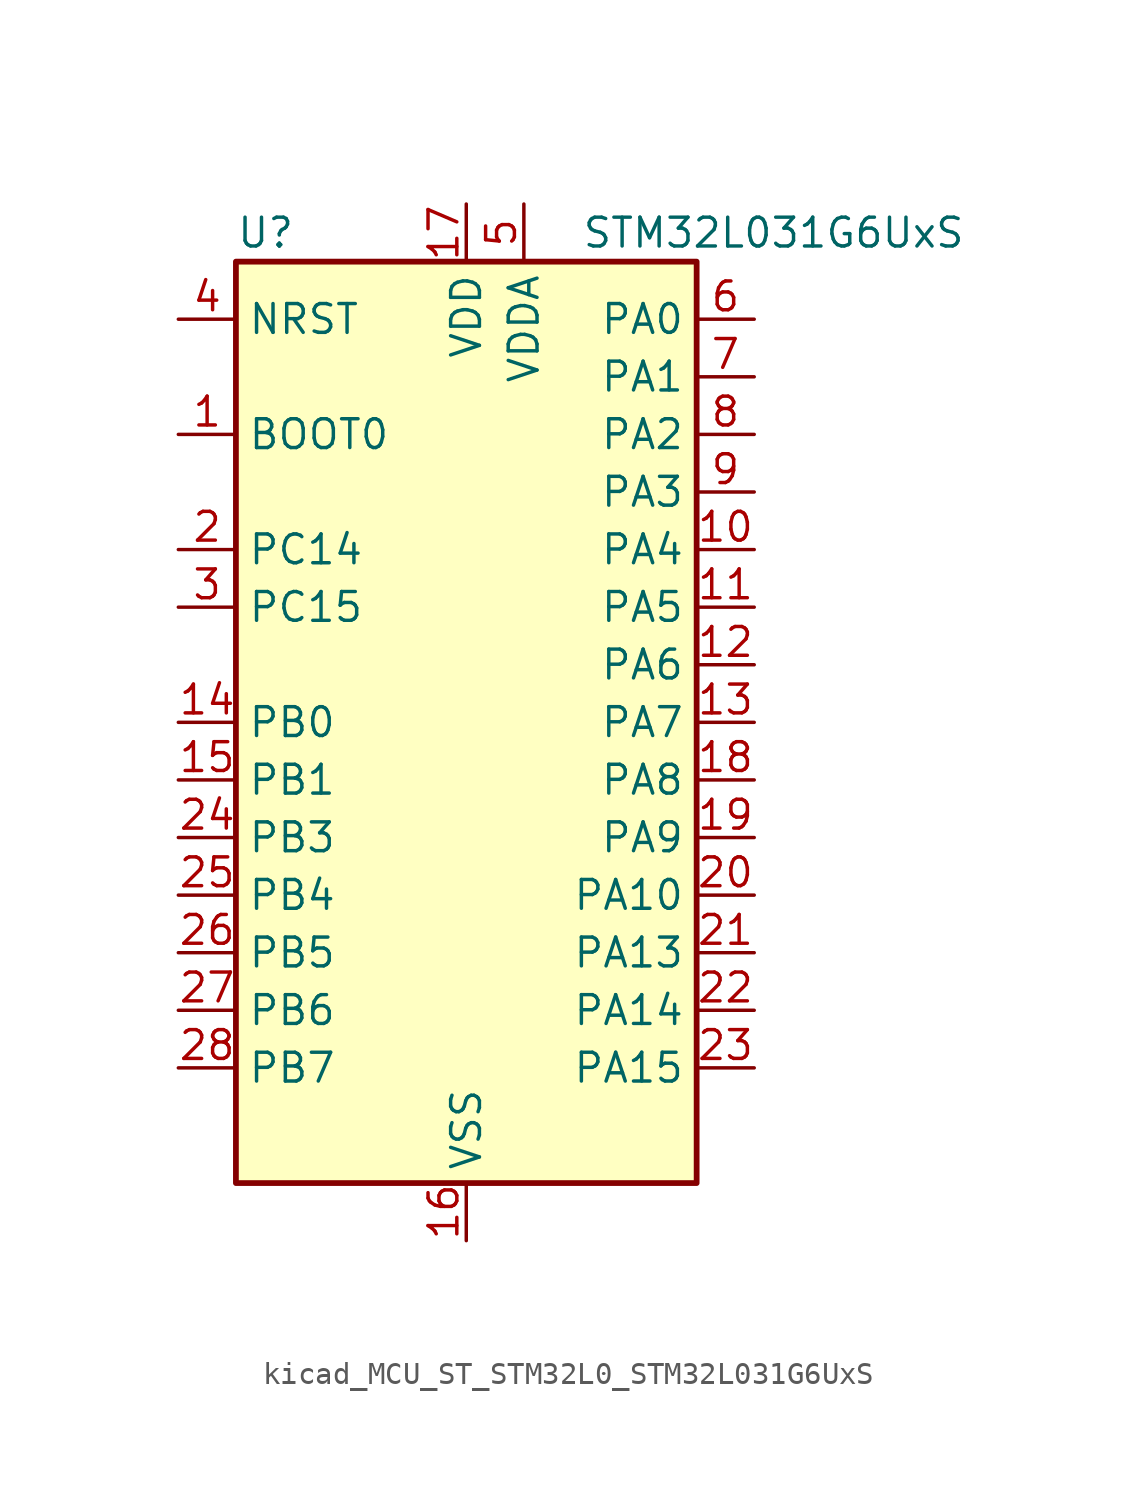
<source format=kicad_sym>
(kicad_symbol_lib
  (version 20220914)
  (generator kicad_symbol_editor)
  (symbol "kicad_MCU_ST_STM32L0_STM32L031G6UxS"
    (property "Reference" "U"
      (at -10.16 21.59 0)
      (effects (font (size 1.27 1.27)) (justify left)))
    (property "Value" "STM32L031G6UxS"
      (at 5.08 21.59 0)
      (effects (font (size 1.27 1.27)) (justify left)))
    (property "ki_locked" ""
      (at 0 0 0)
      (effects (font (size 1.27 1.27))))
    (symbol "kicad_MCU_ST_STM32L0_STM32L031G6UxS_0_1"
      (rectangle (start -10.16 -20.32) (end 10.16 20.32) (stroke (width 0.254) (type default)) (fill (type background))))
    (symbol "kicad_MCU_ST_STM32L0_STM32L031G6UxS_1_1"
      (pin input line (at -12.7 12.7 0) (length 2.54) (name "BOOT0" (effects (font (size 1.27 1.27)))) (number "1" (effects (font (size 1.27 1.27)))))
      (pin bidirectional line (at 12.7 7.62 180) (length 2.54) (name "PA4" (effects (font (size 1.27 1.27)))) (number "10" (effects (font (size 1.27 1.27)))) (alternate "ADC_IN4" bidirectional line) (alternate "COMP1_INM" bidirectional line) (alternate "COMP2_INM" bidirectional line) (alternate "LPTIM1_IN1" bidirectional line) (alternate "SPI1_NSS" bidirectional line) (alternate "TIM22_ETR" bidirectional line) (alternate "USART2_CK" bidirectional line))
      (pin bidirectional line (at 12.7 5.08 180) (length 2.54) (name "PA5" (effects (font (size 1.27 1.27)))) (number "11" (effects (font (size 1.27 1.27)))) (alternate "ADC_IN5" bidirectional line) (alternate "COMP1_INM" bidirectional line) (alternate "COMP2_INM" bidirectional line) (alternate "LPTIM1_IN2" bidirectional line) (alternate "SPI1_SCK" bidirectional line) (alternate "TIM2_CH1" bidirectional line) (alternate "TIM2_ETR" bidirectional line))
      (pin bidirectional line (at 12.7 2.54 180) (length 2.54) (name "PA6" (effects (font (size 1.27 1.27)))) (number "12" (effects (font (size 1.27 1.27)))) (alternate "ADC_IN6" bidirectional line) (alternate "COMP1_OUT" bidirectional line) (alternate "LPTIM1_ETR" bidirectional line) (alternate "LPUART1_CTS" bidirectional line) (alternate "SPI1_MISO" bidirectional line) (alternate "TIM22_CH1" bidirectional line))
      (pin bidirectional line (at 12.7 0 180) (length 2.54) (name "PA7" (effects (font (size 1.27 1.27)))) (number "13" (effects (font (size 1.27 1.27)))) (alternate "ADC_IN7" bidirectional line) (alternate "COMP2_OUT" bidirectional line) (alternate "LPTIM1_OUT" bidirectional line) (alternate "SPI1_MOSI" bidirectional line) (alternate "TIM22_CH2" bidirectional line) (alternate "USART2_CTS" bidirectional line))
      (pin bidirectional line (at -12.7 0 0) (length 2.54) (name "PB0" (effects (font (size 1.27 1.27)))) (number "14" (effects (font (size 1.27 1.27)))) (alternate "ADC_IN8" bidirectional line) (alternate "SPI1_MISO" bidirectional line) (alternate "SYS_VREF_OUT_PB0" bidirectional line) (alternate "TIM2_CH3" bidirectional line) (alternate "USART2_DE" bidirectional line) (alternate "USART2_RTS" bidirectional line))
      (pin bidirectional line (at -12.7 -2.54 0) (length 2.54) (name "PB1" (effects (font (size 1.27 1.27)))) (number "15" (effects (font (size 1.27 1.27)))) (alternate "ADC_IN9" bidirectional line) (alternate "LPUART1_DE" bidirectional line) (alternate "LPUART1_RTS" bidirectional line) (alternate "SPI1_MOSI" bidirectional line) (alternate "SYS_VREF_OUT_PB1" bidirectional line) (alternate "TIM2_CH4" bidirectional line) (alternate "USART2_CK" bidirectional line))
      (pin power_in line (at 0 -22.86 90) (length 2.54) (name "VSS" (effects (font (size 1.27 1.27)))) (number "16" (effects (font (size 1.27 1.27)))))
      (pin power_in line (at 0 22.86 270) (length 2.54) (name "VDD" (effects (font (size 1.27 1.27)))) (number "17" (effects (font (size 1.27 1.27)))))
      (pin bidirectional line (at 12.7 -2.54 180) (length 2.54) (name "PA8" (effects (font (size 1.27 1.27)))) (number "18" (effects (font (size 1.27 1.27)))) (alternate "LPTIM1_IN1" bidirectional line) (alternate "RCC_MCO" bidirectional line) (alternate "TIM2_CH1" bidirectional line) (alternate "USART2_CK" bidirectional line))
      (pin bidirectional line (at 12.7 -5.08 180) (length 2.54) (name "PA9" (effects (font (size 1.27 1.27)))) (number "19" (effects (font (size 1.27 1.27)))) (alternate "I2C1_SCL" bidirectional line) (alternate "RCC_MCO" bidirectional line) (alternate "TIM22_CH1" bidirectional line) (alternate "USART2_TX" bidirectional line))
      (pin bidirectional line (at -12.7 7.62 0) (length 2.54) (name "PC14" (effects (font (size 1.27 1.27)))) (number "2" (effects (font (size 1.27 1.27)))) (alternate "RCC_OSC32_IN" bidirectional line))
      (pin bidirectional line (at 12.7 -7.62 180) (length 2.54) (name "PA10" (effects (font (size 1.27 1.27)))) (number "20" (effects (font (size 1.27 1.27)))) (alternate "I2C1_SDA" bidirectional line) (alternate "TIM22_CH2" bidirectional line) (alternate "USART2_RX" bidirectional line))
      (pin bidirectional line (at 12.7 -10.16 180) (length 2.54) (name "PA13" (effects (font (size 1.27 1.27)))) (number "21" (effects (font (size 1.27 1.27)))) (alternate "LPTIM1_ETR" bidirectional line) (alternate "LPUART1_RX" bidirectional line) (alternate "SYS_SWDIO" bidirectional line))
      (pin bidirectional line (at 12.7 -12.7 180) (length 2.54) (name "PA14" (effects (font (size 1.27 1.27)))) (number "22" (effects (font (size 1.27 1.27)))) (alternate "I2C1_SMBA" bidirectional line) (alternate "LPTIM1_OUT" bidirectional line) (alternate "LPUART1_TX" bidirectional line) (alternate "SYS_SWCLK" bidirectional line) (alternate "USART2_TX" bidirectional line))
      (pin bidirectional line (at 12.7 -15.24 180) (length 2.54) (name "PA15" (effects (font (size 1.27 1.27)))) (number "23" (effects (font (size 1.27 1.27)))) (alternate "SPI1_NSS" bidirectional line) (alternate "TIM2_CH1" bidirectional line) (alternate "TIM2_ETR" bidirectional line) (alternate "USART2_RX" bidirectional line))
      (pin bidirectional line (at -12.7 -5.08 0) (length 2.54) (name "PB3" (effects (font (size 1.27 1.27)))) (number "24" (effects (font (size 1.27 1.27)))) (alternate "COMP2_INM" bidirectional line) (alternate "SPI1_SCK" bidirectional line) (alternate "TIM2_CH2" bidirectional line))
      (pin bidirectional line (at -12.7 -7.62 0) (length 2.54) (name "PB4" (effects (font (size 1.27 1.27)))) (number "25" (effects (font (size 1.27 1.27)))) (alternate "COMP2_INP" bidirectional line) (alternate "SPI1_MISO" bidirectional line) (alternate "TIM22_CH1" bidirectional line))
      (pin bidirectional line (at -12.7 -10.16 0) (length 2.54) (name "PB5" (effects (font (size 1.27 1.27)))) (number "26" (effects (font (size 1.27 1.27)))) (alternate "COMP2_INP" bidirectional line) (alternate "I2C1_SMBA" bidirectional line) (alternate "LPTIM1_IN1" bidirectional line) (alternate "SPI1_MOSI" bidirectional line) (alternate "TIM22_CH2" bidirectional line))
      (pin bidirectional line (at -12.7 -12.7 0) (length 2.54) (name "PB6" (effects (font (size 1.27 1.27)))) (number "27" (effects (font (size 1.27 1.27)))) (alternate "COMP2_INP" bidirectional line) (alternate "I2C1_SCL" bidirectional line) (alternate "LPTIM1_ETR" bidirectional line) (alternate "TIM21_CH1" bidirectional line) (alternate "USART2_TX" bidirectional line))
      (pin bidirectional line (at -12.7 -15.24 0) (length 2.54) (name "PB7" (effects (font (size 1.27 1.27)))) (number "28" (effects (font (size 1.27 1.27)))) (alternate "COMP2_INP" bidirectional line) (alternate "I2C1_SDA" bidirectional line) (alternate "LPTIM1_IN2" bidirectional line) (alternate "SYS_PVD_IN" bidirectional line) (alternate "USART2_RX" bidirectional line))
      (pin bidirectional line (at -12.7 5.08 0) (length 2.54) (name "PC15" (effects (font (size 1.27 1.27)))) (number "3" (effects (font (size 1.27 1.27)))) (alternate "RCC_OSC32_OUT" bidirectional line))
      (pin input line (at -12.7 17.78 0) (length 2.54) (name "NRST" (effects (font (size 1.27 1.27)))) (number "4" (effects (font (size 1.27 1.27)))))
      (pin power_in line (at 2.54 22.86 270) (length 2.54) (name "VDDA" (effects (font (size 1.27 1.27)))) (number "5" (effects (font (size 1.27 1.27)))))
      (pin bidirectional line (at 12.7 17.78 180) (length 2.54) (name "PA0" (effects (font (size 1.27 1.27)))) (number "6" (effects (font (size 1.27 1.27)))) (alternate "ADC_IN0" bidirectional line) (alternate "COMP1_INM" bidirectional line) (alternate "COMP1_OUT" bidirectional line) (alternate "LPTIM1_IN1" bidirectional line) (alternate "RCC_CK_IN" bidirectional line) (alternate "RTC_TAMP2" bidirectional line) (alternate "SYS_WKUP1" bidirectional line) (alternate "TIM2_CH1" bidirectional line) (alternate "TIM2_ETR" bidirectional line) (alternate "USART2_CTS" bidirectional line))
      (pin bidirectional line (at 12.7 15.24 180) (length 2.54) (name "PA1" (effects (font (size 1.27 1.27)))) (number "7" (effects (font (size 1.27 1.27)))) (alternate "ADC_IN1" bidirectional line) (alternate "COMP1_INP" bidirectional line) (alternate "I2C1_SMBA" bidirectional line) (alternate "LPTIM1_IN2" bidirectional line) (alternate "TIM21_ETR" bidirectional line) (alternate "TIM2_CH2" bidirectional line) (alternate "USART2_DE" bidirectional line) (alternate "USART2_RTS" bidirectional line))
      (pin bidirectional line (at 12.7 12.7 180) (length 2.54) (name "PA2" (effects (font (size 1.27 1.27)))) (number "8" (effects (font (size 1.27 1.27)))) (alternate "ADC_IN2" bidirectional line) (alternate "COMP2_INM" bidirectional line) (alternate "COMP2_OUT" bidirectional line) (alternate "LPUART1_TX" bidirectional line) (alternate "RTC_OUT_ALARM" bidirectional line) (alternate "RTC_OUT_CALIB" bidirectional line) (alternate "RTC_TAMP3" bidirectional line) (alternate "RTC_TS" bidirectional line) (alternate "SYS_WKUP3" bidirectional line) (alternate "TIM21_CH1" bidirectional line) (alternate "TIM2_CH3" bidirectional line) (alternate "USART2_TX" bidirectional line))
      (pin bidirectional line (at 12.7 10.16 180) (length 2.54) (name "PA3" (effects (font (size 1.27 1.27)))) (number "9" (effects (font (size 1.27 1.27)))) (alternate "ADC_IN3" bidirectional line) (alternate "COMP2_INP" bidirectional line) (alternate "LPUART1_RX" bidirectional line) (alternate "TIM21_CH2" bidirectional line) (alternate "TIM2_CH4" bidirectional line) (alternate "USART2_RX" bidirectional line)))))
</source>
